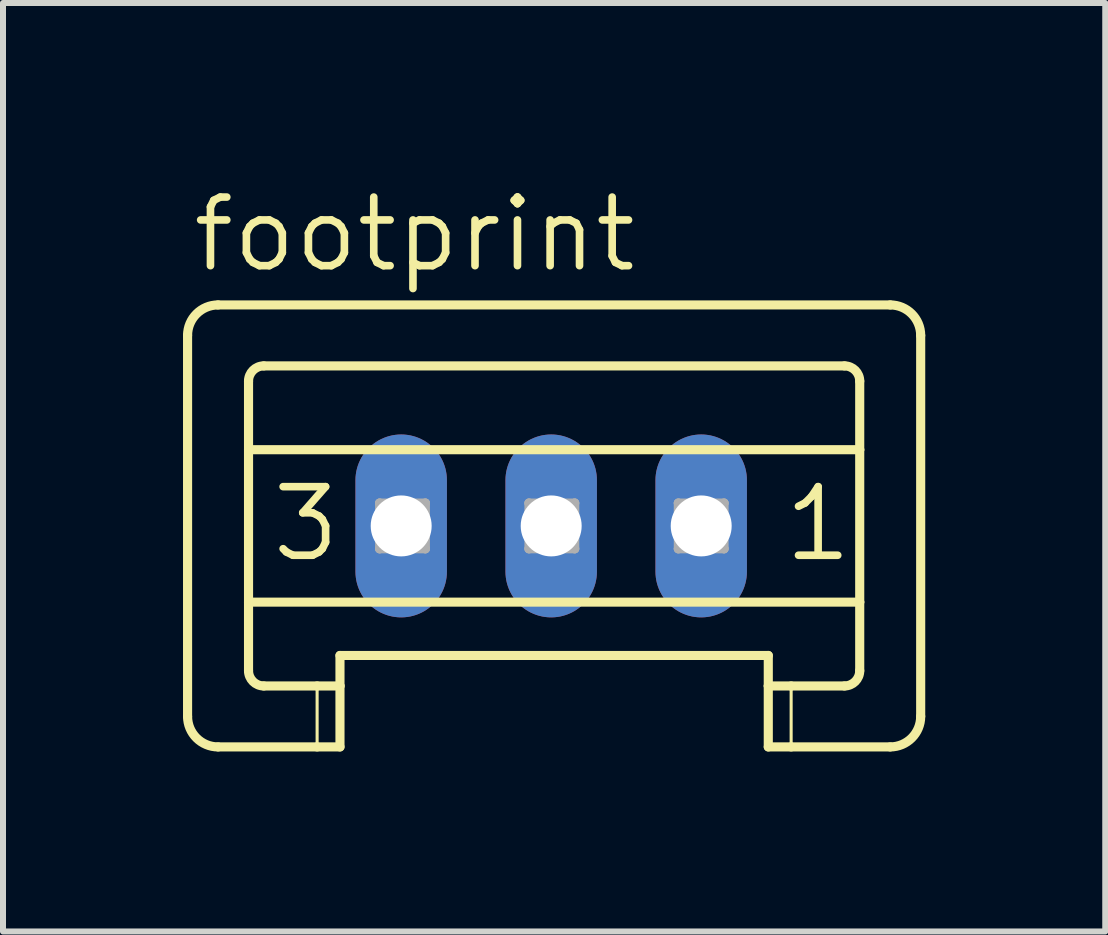
<source format=kicad_pcb>
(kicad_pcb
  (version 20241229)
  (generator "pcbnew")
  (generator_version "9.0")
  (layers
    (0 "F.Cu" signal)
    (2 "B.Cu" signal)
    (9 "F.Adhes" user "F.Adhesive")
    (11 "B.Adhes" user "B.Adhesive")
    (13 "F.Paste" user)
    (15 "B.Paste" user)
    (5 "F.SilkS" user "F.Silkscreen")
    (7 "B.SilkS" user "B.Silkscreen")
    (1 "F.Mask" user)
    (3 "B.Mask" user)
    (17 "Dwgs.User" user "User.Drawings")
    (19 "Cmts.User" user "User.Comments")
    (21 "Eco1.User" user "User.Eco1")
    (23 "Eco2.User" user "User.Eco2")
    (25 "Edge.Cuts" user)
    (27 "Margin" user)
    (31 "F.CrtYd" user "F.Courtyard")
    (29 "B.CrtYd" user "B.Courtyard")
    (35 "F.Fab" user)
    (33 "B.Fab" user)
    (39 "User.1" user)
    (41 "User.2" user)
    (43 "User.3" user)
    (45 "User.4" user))
  (footprint "footprint"
    (layer "F.Cu")
    (at 6.136 5.715)
    (property "Reference" "footprint" (at -6.034 -4.191 0) (layer "F.SilkS") (effects (font (size 1.143 1.143) (thickness 0.127)) (justify left bottom)))
    (fp_line (start -6.06 -3.175) (end -6.06 3.175) (stroke (width 0.152) (type solid)) (layer "F.SilkS"))
    (fp_line (start -5.552 -3.683) (end 5.65 -3.683) (stroke (width 0.152) (type solid)) (layer "F.SilkS"))
    (fp_line (start -5.044 -1.27) (end -5.044 -2.413) (stroke (width 0.152) (type solid)) (layer "F.SilkS"))
    (fp_line (start -5.044 -1.27) (end 5.142 -1.27) (stroke (width 0.152) (type solid)) (layer "F.SilkS"))
    (fp_line (start -5.044 1.27) (end -5.044 -1.27) (stroke (width 0.152) (type solid)) (layer "F.SilkS"))
    (fp_line (start -5.044 1.27) (end 5.142 1.27) (stroke (width 0.152) (type solid)) (layer "F.SilkS"))
    (fp_line (start -5.044 2.413) (end -5.044 1.27) (stroke (width 0.152) (type solid)) (layer "F.SilkS"))
    (fp_line (start -4.79 -2.667) (end 4.888 -2.667) (stroke (width 0.152) (type solid)) (layer "F.SilkS"))
    (fp_line (start -4.79 2.667) (end -3.901 2.667) (stroke (width 0.152) (type solid)) (layer "F.SilkS"))
    (fp_line (start -3.901 2.667) (end -3.901 3.683) (stroke (width 0.051) (type solid)) (layer "F.SilkS"))
    (fp_line (start -3.901 2.667) (end -3.52 2.667) (stroke (width 0.152) (type solid)) (layer "F.SilkS"))
    (fp_line (start -3.901 3.683) (end -5.552 3.683) (stroke (width 0.152) (type solid)) (layer "F.SilkS"))
    (fp_line (start -3.52 2.159) (end 3.618 2.159) (stroke (width 0.152) (type solid)) (layer "F.SilkS"))
    (fp_line (start -3.52 2.667) (end -3.52 2.159) (stroke (width 0.152) (type solid)) (layer "F.SilkS"))
    (fp_line (start -3.52 2.667) (end -3.52 3.683) (stroke (width 0.152) (type solid)) (layer "F.SilkS"))
    (fp_line (start -3.52 3.683) (end -3.901 3.683) (stroke (width 0.152) (type solid)) (layer "F.SilkS"))
    (fp_line (start 3.618 2.667) (end 3.618 2.159) (stroke (width 0.152) (type solid)) (layer "F.SilkS"))
    (fp_line (start 3.618 2.667) (end 3.999 2.667) (stroke (width 0.152) (type solid)) (layer "F.SilkS"))
    (fp_line (start 3.618 3.683) (end 3.618 2.667) (stroke (width 0.152) (type solid)) (layer "F.SilkS"))
    (fp_line (start 3.999 2.667) (end 3.999 3.683) (stroke (width 0.051) (type solid)) (layer "F.SilkS"))
    (fp_line (start 3.999 2.667) (end 4.888 2.667) (stroke (width 0.152) (type solid)) (layer "F.SilkS"))
    (fp_line (start 3.999 3.683) (end 3.618 3.683) (stroke (width 0.152) (type solid)) (layer "F.SilkS"))
    (fp_line (start 5.142 -1.27) (end 5.142 -2.413) (stroke (width 0.152) (type solid)) (layer "F.SilkS"))
    (fp_line (start 5.142 1.27) (end 5.142 -1.27) (stroke (width 0.152) (type solid)) (layer "F.SilkS"))
    (fp_line (start 5.142 2.413) (end 5.142 1.27) (stroke (width 0.152) (type solid)) (layer "F.SilkS"))
    (fp_line (start 5.65 3.683) (end 3.999 3.683) (stroke (width 0.152) (type solid)) (layer "F.SilkS"))
    (fp_line (start 6.158 -3.175) (end 6.158 3.175) (stroke (width 0.152) (type solid)) (layer "F.SilkS"))
    (fp_arc (start -6.06 -3.175) (mid -5.91121 -3.53421) (end -5.552 -3.683) (stroke (width 0.1524) (type solid)) (layer "F.SilkS"))
    (fp_arc (start -5.552 3.683) (mid -5.91121 3.53421) (end -6.06 3.175) (stroke (width 0.1524) (type solid)) (layer "F.SilkS"))
    (fp_arc (start -5.044 -2.413) (mid -4.969605 -2.592605) (end -4.79 -2.667) (stroke (width 0.1524) (type solid)) (layer "F.SilkS"))
    (fp_arc (start -4.79 2.667) (mid -4.969605 2.592605) (end -5.044 2.413) (stroke (width 0.1524) (type solid)) (layer "F.SilkS"))
    (fp_arc (start 4.888 -2.667) (mid 5.067605 -2.592605) (end 5.142 -2.413) (stroke (width 0.1524) (type solid)) (layer "F.SilkS"))
    (fp_arc (start 5.142 2.413) (mid 5.067605 2.592605) (end 4.888 2.667) (stroke (width 0.1524) (type solid)) (layer "F.SilkS"))
    (fp_arc (start 5.65 -3.683) (mid 6.00921 -3.53421) (end 6.158 -3.175) (stroke (width 0.1524) (type solid)) (layer "F.SilkS"))
    (fp_arc (start 6.158 3.175) (mid 6.00921 3.53421) (end 5.65 3.683) (stroke (width 0.1524) (type solid)) (layer "F.SilkS"))
    (fp_line (start -2.859 -0.381) (end -2.859 0.381) (stroke (width 0.152) (type solid)) (layer "F.Fab"))
    (fp_line (start -2.859 -0.381) (end -2.097 0.381) (stroke (width 0.152) (type solid)) (layer "F.Fab"))
    (fp_line (start -2.859 0.381) (end -2.097 0.381) (stroke (width 0.152) (type solid)) (layer "F.Fab"))
    (fp_line (start -2.097 -0.381) (end -2.859 -0.381) (stroke (width 0.152) (type solid)) (layer "F.Fab"))
    (fp_line (start -2.097 -0.381) (end -2.859 0.381) (stroke (width 0.152) (type solid)) (layer "F.Fab"))
    (fp_line (start -2.097 0.381) (end -2.097 -0.381) (stroke (width 0.152) (type solid)) (layer "F.Fab"))
    (fp_line (start -0.37 -0.381) (end -0.37 0.381) (stroke (width 0.152) (type solid)) (layer "F.Fab"))
    (fp_line (start -0.37 -0.381) (end 0.392 0.381) (stroke (width 0.152) (type solid)) (layer "F.Fab"))
    (fp_line (start -0.37 0.381) (end 0.392 0.381) (stroke (width 0.152) (type solid)) (layer "F.Fab"))
    (fp_line (start 0.392 -0.381) (end -0.37 -0.381) (stroke (width 0.152) (type solid)) (layer "F.Fab"))
    (fp_line (start 0.392 -0.381) (end -0.37 0.381) (stroke (width 0.152) (type solid)) (layer "F.Fab"))
    (fp_line (start 0.392 0.381) (end 0.392 -0.381) (stroke (width 0.152) (type solid)) (layer "F.Fab"))
    (fp_line (start 2.119 -0.381) (end 2.119 0.381) (stroke (width 0.152) (type solid)) (layer "F.Fab"))
    (fp_line (start 2.119 -0.381) (end 2.881 0.381) (stroke (width 0.152) (type solid)) (layer "F.Fab"))
    (fp_line (start 2.119 0.381) (end 2.881 0.381) (stroke (width 0.152) (type solid)) (layer "F.Fab"))
    (fp_line (start 2.881 -0.381) (end 2.119 -0.381) (stroke (width 0.152) (type solid)) (layer "F.Fab"))
    (fp_line (start 2.881 -0.381) (end 2.119 0.381) (stroke (width 0.152) (type solid)) (layer "F.Fab"))
    (fp_line (start 2.881 0.381) (end 2.881 -0.381) (stroke (width 0.152) (type solid)) (layer "F.Fab"))
    (fp_text user "3" (at -4.714 0.635 0) (layer "F.SilkS") (effects (font (size 1.143 1.143) (thickness 0.127)) (justify left bottom)))
    (fp_text user "1" (at 3.821 0.635 0) (layer "F.SilkS") (effects (font (size 1.143 1.143) (thickness 0.127)) (justify left bottom)))
    (pad "1" thru_hole oval (at 2.5 0 90) (size 3.048 1.524) (drill 1.016) (layers "*.Cu" "*.Mask"))
    (pad "2" thru_hole oval (at 0 0 90) (size 3.048 1.524) (drill 1.016) (layers "*.Cu" "*.Mask"))
    (pad "3" thru_hole oval (at -2.5 0 90) (size 3.048 1.524) (drill 1.016) (layers "*.Cu" "*.Mask")))
  (gr_rect
    (start -3 -3)
    (end 15.37 12.474)
    (stroke (width 0.1) (type default))
    (fill no)
    (layer "Edge.Cuts")))
</source>
